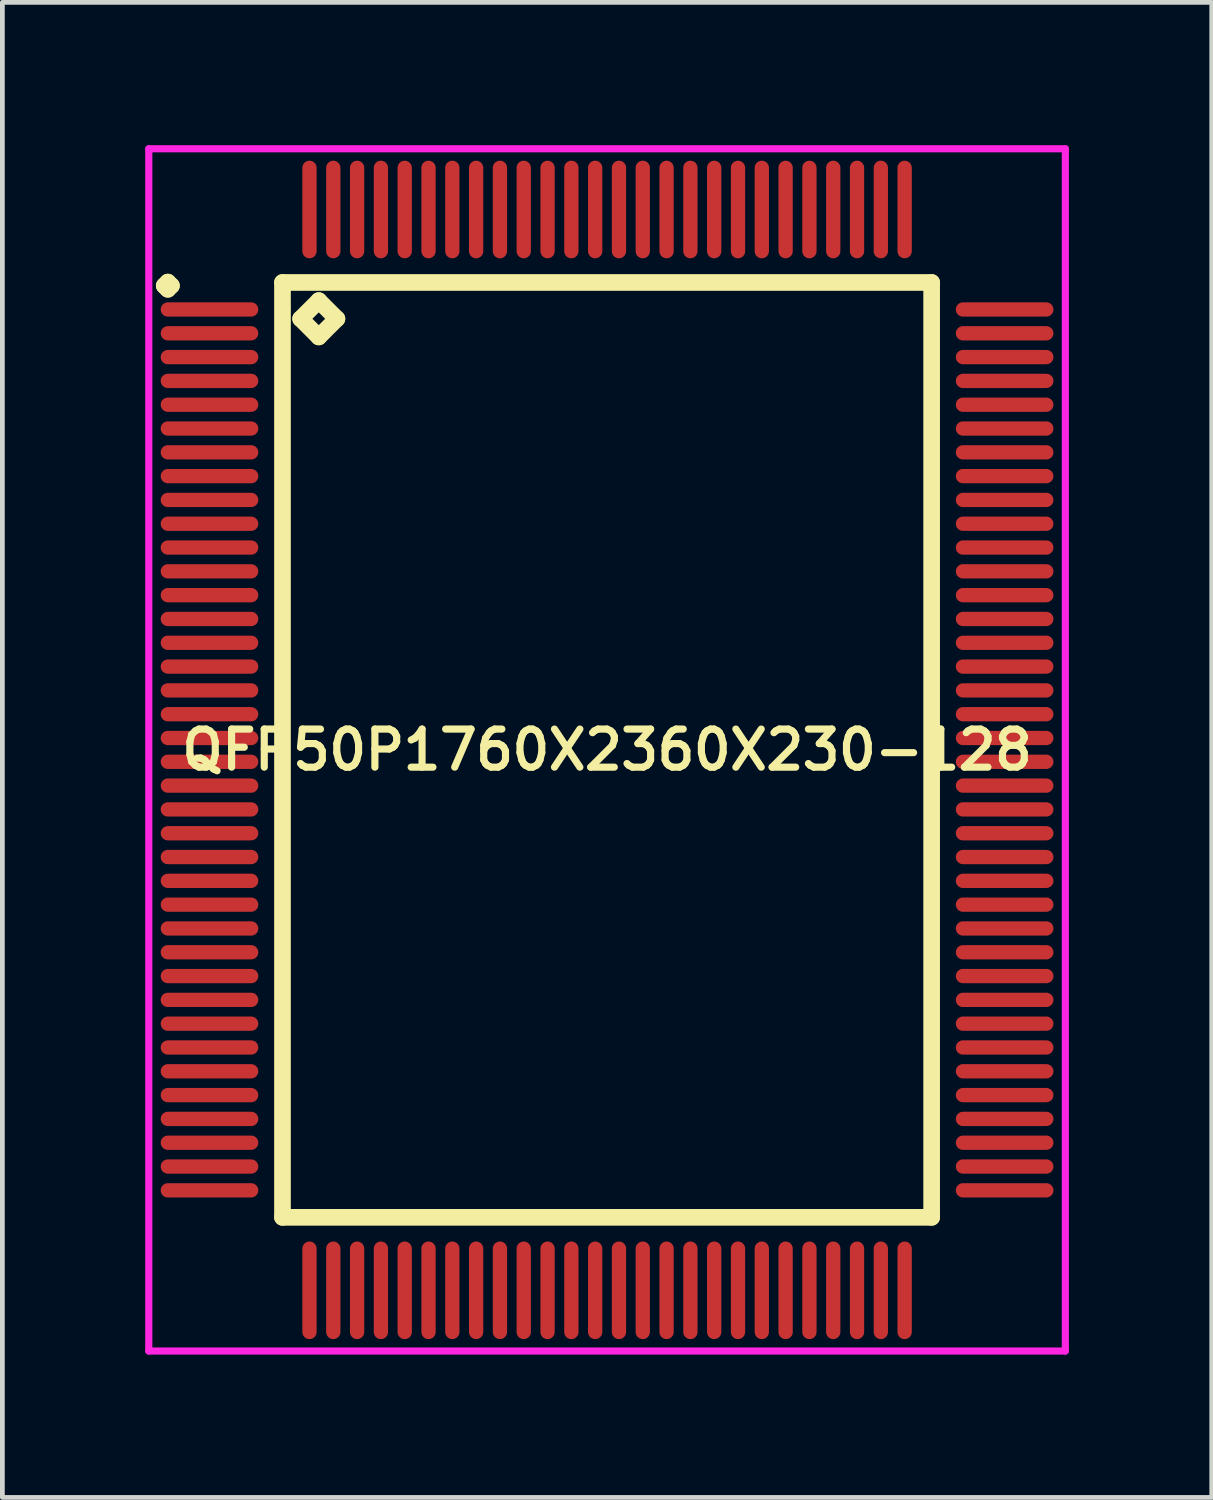
<source format=kicad_pcb>
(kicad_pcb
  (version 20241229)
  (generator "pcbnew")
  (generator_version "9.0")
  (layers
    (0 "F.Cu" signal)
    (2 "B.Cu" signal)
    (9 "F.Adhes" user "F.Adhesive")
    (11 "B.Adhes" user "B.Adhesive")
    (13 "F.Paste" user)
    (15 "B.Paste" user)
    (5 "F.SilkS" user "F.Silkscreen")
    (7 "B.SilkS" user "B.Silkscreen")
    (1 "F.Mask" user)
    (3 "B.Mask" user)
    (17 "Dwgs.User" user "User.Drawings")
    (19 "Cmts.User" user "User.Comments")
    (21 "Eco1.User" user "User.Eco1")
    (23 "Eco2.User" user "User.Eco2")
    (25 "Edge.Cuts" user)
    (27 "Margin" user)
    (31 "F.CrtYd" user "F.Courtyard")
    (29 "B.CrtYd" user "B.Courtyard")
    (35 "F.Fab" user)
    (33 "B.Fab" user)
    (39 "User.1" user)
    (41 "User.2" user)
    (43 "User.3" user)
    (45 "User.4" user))
  (footprint "QFP50P1760X2360X230-128"
    (layer "F.Cu")
    (at 9.7 12.7)
    (property "Reference" "QFP50P1760X2360X230-128" (at 0 0 0) (layer "F.SilkS") (effects (font (size 0.8 0.8) (thickness 0.15))))
    (attr smd)
    (fp_line (start -9.3 -9.75) (end -9.225 -9.825) (stroke (width 0.35) (type solid)) (layer "F.SilkS"))
    (fp_line (start -9.225 -9.825) (end -9.15 -9.75) (stroke (width 0.35) (type solid)) (layer "F.SilkS"))
    (fp_line (start -9.225 -9.675) (end -9.3 -9.75) (stroke (width 0.35) (type solid)) (layer "F.SilkS"))
    (fp_line (start -9.15 -9.75) (end -9.225 -9.675) (stroke (width 0.35) (type solid)) (layer "F.SilkS"))
    (fp_line (start -6.817 -9.817) (end -6.817 9.817) (stroke (width 0.35) (type solid)) (layer "F.SilkS"))
    (fp_line (start -6.817 9.817) (end 6.817 9.817) (stroke (width 0.35) (type solid)) (layer "F.SilkS"))
    (fp_line (start -6.436 -9.055) (end -6.055 -9.436) (stroke (width 0.35) (type solid)) (layer "F.SilkS"))
    (fp_line (start -6.055 -9.436) (end -5.674 -9.055) (stroke (width 0.35) (type solid)) (layer "F.SilkS"))
    (fp_line (start -6.055 -8.674) (end -6.436 -9.055) (stroke (width 0.35) (type solid)) (layer "F.SilkS"))
    (fp_line (start -5.674 -9.055) (end -6.055 -8.674) (stroke (width 0.35) (type solid)) (layer "F.SilkS"))
    (fp_line (start 6.817 -9.817) (end -6.817 -9.817) (stroke (width 0.35) (type solid)) (layer "F.SilkS"))
    (fp_line (start 6.817 9.817) (end 6.817 -9.817) (stroke (width 0.35) (type solid)) (layer "F.SilkS"))
    (fp_line (start -9.625 -12.625) (end 9.625 -12.625) (stroke (width 0.15) (type solid)) (layer "F.CrtYd"))
    (fp_line (start -9.625 12.625) (end -9.625 -12.625) (stroke (width 0.15) (type solid)) (layer "F.CrtYd"))
    (fp_line (start 9.625 -12.625) (end 9.625 12.625) (stroke (width 0.15) (type solid)) (layer "F.CrtYd"))
    (fp_line (start 9.625 12.625) (end -9.625 12.625) (stroke (width 0.15) (type solid)) (layer "F.CrtYd"))
    (pad "1" smd oval (at -8.35 -9.25) (size 2.05 0.3) (layers "F.Cu" "F.Mask" "F.Paste"))
    (pad "2" smd oval (at -8.35 -8.75) (size 2.05 0.3) (layers "F.Cu" "F.Mask" "F.Paste"))
    (pad "3" smd oval (at -8.35 -8.25) (size 2.05 0.3) (layers "F.Cu" "F.Mask" "F.Paste"))
    (pad "4" smd oval (at -8.35 -7.75) (size 2.05 0.3) (layers "F.Cu" "F.Mask" "F.Paste"))
    (pad "5" smd oval (at -8.35 -7.25) (size 2.05 0.3) (layers "F.Cu" "F.Mask" "F.Paste"))
    (pad "6" smd oval (at -8.35 -6.75) (size 2.05 0.3) (layers "F.Cu" "F.Mask" "F.Paste"))
    (pad "7" smd oval (at -8.35 -6.25) (size 2.05 0.3) (layers "F.Cu" "F.Mask" "F.Paste"))
    (pad "8" smd oval (at -8.35 -5.75) (size 2.05 0.3) (layers "F.Cu" "F.Mask" "F.Paste"))
    (pad "9" smd oval (at -8.35 -5.25) (size 2.05 0.3) (layers "F.Cu" "F.Mask" "F.Paste"))
    (pad "10" smd oval (at -8.35 -4.75) (size 2.05 0.3) (layers "F.Cu" "F.Mask" "F.Paste"))
    (pad "11" smd oval (at -8.35 -4.25) (size 2.05 0.3) (layers "F.Cu" "F.Mask" "F.Paste"))
    (pad "12" smd oval (at -8.35 -3.75) (size 2.05 0.3) (layers "F.Cu" "F.Mask" "F.Paste"))
    (pad "13" smd oval (at -8.35 -3.25) (size 2.05 0.3) (layers "F.Cu" "F.Mask" "F.Paste"))
    (pad "14" smd oval (at -8.35 -2.75) (size 2.05 0.3) (layers "F.Cu" "F.Mask" "F.Paste"))
    (pad "15" smd oval (at -8.35 -2.25) (size 2.05 0.3) (layers "F.Cu" "F.Mask" "F.Paste"))
    (pad "16" smd oval (at -8.35 -1.75) (size 2.05 0.3) (layers "F.Cu" "F.Mask" "F.Paste"))
    (pad "17" smd oval (at -8.35 -1.25) (size 2.05 0.3) (layers "F.Cu" "F.Mask" "F.Paste"))
    (pad "18" smd oval (at -8.35 -0.75) (size 2.05 0.3) (layers "F.Cu" "F.Mask" "F.Paste"))
    (pad "19" smd oval (at -8.35 -0.25) (size 2.05 0.3) (layers "F.Cu" "F.Mask" "F.Paste"))
    (pad "20" smd oval (at -8.35 0.25) (size 2.05 0.3) (layers "F.Cu" "F.Mask" "F.Paste"))
    (pad "21" smd oval (at -8.35 0.75) (size 2.05 0.3) (layers "F.Cu" "F.Mask" "F.Paste"))
    (pad "22" smd oval (at -8.35 1.25) (size 2.05 0.3) (layers "F.Cu" "F.Mask" "F.Paste"))
    (pad "23" smd oval (at -8.35 1.75) (size 2.05 0.3) (layers "F.Cu" "F.Mask" "F.Paste"))
    (pad "24" smd oval (at -8.35 2.25) (size 2.05 0.3) (layers "F.Cu" "F.Mask" "F.Paste"))
    (pad "25" smd oval (at -8.35 2.75) (size 2.05 0.3) (layers "F.Cu" "F.Mask" "F.Paste"))
    (pad "26" smd oval (at -8.35 3.25) (size 2.05 0.3) (layers "F.Cu" "F.Mask" "F.Paste"))
    (pad "27" smd oval (at -8.35 3.75) (size 2.05 0.3) (layers "F.Cu" "F.Mask" "F.Paste"))
    (pad "28" smd oval (at -8.35 4.25) (size 2.05 0.3) (layers "F.Cu" "F.Mask" "F.Paste"))
    (pad "29" smd oval (at -8.35 4.75) (size 2.05 0.3) (layers "F.Cu" "F.Mask" "F.Paste"))
    (pad "30" smd oval (at -8.35 5.25) (size 2.05 0.3) (layers "F.Cu" "F.Mask" "F.Paste"))
    (pad "31" smd oval (at -8.35 5.75) (size 2.05 0.3) (layers "F.Cu" "F.Mask" "F.Paste"))
    (pad "32" smd oval (at -8.35 6.25) (size 2.05 0.3) (layers "F.Cu" "F.Mask" "F.Paste"))
    (pad "33" smd oval (at -8.35 6.75) (size 2.05 0.3) (layers "F.Cu" "F.Mask" "F.Paste"))
    (pad "34" smd oval (at -8.35 7.25) (size 2.05 0.3) (layers "F.Cu" "F.Mask" "F.Paste"))
    (pad "35" smd oval (at -8.35 7.75) (size 2.05 0.3) (layers "F.Cu" "F.Mask" "F.Paste"))
    (pad "36" smd oval (at -8.35 8.25) (size 2.05 0.3) (layers "F.Cu" "F.Mask" "F.Paste"))
    (pad "37" smd oval (at -8.35 8.75) (size 2.05 0.3) (layers "F.Cu" "F.Mask" "F.Paste"))
    (pad "38" smd oval (at -8.35 9.25) (size 2.05 0.3) (layers "F.Cu" "F.Mask" "F.Paste"))
    (pad "39" smd oval (at -6.25 11.35) (size 0.3 2.05) (layers "F.Cu" "F.Mask" "F.Paste"))
    (pad "40" smd oval (at -5.75 11.35) (size 0.3 2.05) (layers "F.Cu" "F.Mask" "F.Paste"))
    (pad "41" smd oval (at -5.25 11.35) (size 0.3 2.05) (layers "F.Cu" "F.Mask" "F.Paste"))
    (pad "42" smd oval (at -4.75 11.35) (size 0.3 2.05) (layers "F.Cu" "F.Mask" "F.Paste"))
    (pad "43" smd oval (at -4.25 11.35) (size 0.3 2.05) (layers "F.Cu" "F.Mask" "F.Paste"))
    (pad "44" smd oval (at -3.75 11.35) (size 0.3 2.05) (layers "F.Cu" "F.Mask" "F.Paste"))
    (pad "45" smd oval (at -3.25 11.35) (size 0.3 2.05) (layers "F.Cu" "F.Mask" "F.Paste"))
    (pad "46" smd oval (at -2.75 11.35) (size 0.3 2.05) (layers "F.Cu" "F.Mask" "F.Paste"))
    (pad "47" smd oval (at -2.25 11.35) (size 0.3 2.05) (layers "F.Cu" "F.Mask" "F.Paste"))
    (pad "48" smd oval (at -1.75 11.35) (size 0.3 2.05) (layers "F.Cu" "F.Mask" "F.Paste"))
    (pad "49" smd oval (at -1.25 11.35) (size 0.3 2.05) (layers "F.Cu" "F.Mask" "F.Paste"))
    (pad "50" smd oval (at -0.75 11.35) (size 0.3 2.05) (layers "F.Cu" "F.Mask" "F.Paste"))
    (pad "51" smd oval (at -0.25 11.35) (size 0.3 2.05) (layers "F.Cu" "F.Mask" "F.Paste"))
    (pad "52" smd oval (at 0.25 11.35) (size 0.3 2.05) (layers "F.Cu" "F.Mask" "F.Paste"))
    (pad "53" smd oval (at 0.75 11.35) (size 0.3 2.05) (layers "F.Cu" "F.Mask" "F.Paste"))
    (pad "54" smd oval (at 1.25 11.35) (size 0.3 2.05) (layers "F.Cu" "F.Mask" "F.Paste"))
    (pad "55" smd oval (at 1.75 11.35) (size 0.3 2.05) (layers "F.Cu" "F.Mask" "F.Paste"))
    (pad "56" smd oval (at 2.25 11.35) (size 0.3 2.05) (layers "F.Cu" "F.Mask" "F.Paste"))
    (pad "57" smd oval (at 2.75 11.35) (size 0.3 2.05) (layers "F.Cu" "F.Mask" "F.Paste"))
    (pad "58" smd oval (at 3.25 11.35) (size 0.3 2.05) (layers "F.Cu" "F.Mask" "F.Paste"))
    (pad "59" smd oval (at 3.75 11.35) (size 0.3 2.05) (layers "F.Cu" "F.Mask" "F.Paste"))
    (pad "60" smd oval (at 4.25 11.35) (size 0.3 2.05) (layers "F.Cu" "F.Mask" "F.Paste"))
    (pad "61" smd oval (at 4.75 11.35) (size 0.3 2.05) (layers "F.Cu" "F.Mask" "F.Paste"))
    (pad "62" smd oval (at 5.25 11.35) (size 0.3 2.05) (layers "F.Cu" "F.Mask" "F.Paste"))
    (pad "63" smd oval (at 5.75 11.35) (size 0.3 2.05) (layers "F.Cu" "F.Mask" "F.Paste"))
    (pad "64" smd oval (at 6.25 11.35) (size 0.3 2.05) (layers "F.Cu" "F.Mask" "F.Paste"))
    (pad "65" smd oval (at 8.35 9.25) (size 2.05 0.3) (layers "F.Cu" "F.Mask" "F.Paste"))
    (pad "66" smd oval (at 8.35 8.75) (size 2.05 0.3) (layers "F.Cu" "F.Mask" "F.Paste"))
    (pad "67" smd oval (at 8.35 8.25) (size 2.05 0.3) (layers "F.Cu" "F.Mask" "F.Paste"))
    (pad "68" smd oval (at 8.35 7.75) (size 2.05 0.3) (layers "F.Cu" "F.Mask" "F.Paste"))
    (pad "69" smd oval (at 8.35 7.25) (size 2.05 0.3) (layers "F.Cu" "F.Mask" "F.Paste"))
    (pad "70" smd oval (at 8.35 6.75) (size 2.05 0.3) (layers "F.Cu" "F.Mask" "F.Paste"))
    (pad "71" smd oval (at 8.35 6.25) (size 2.05 0.3) (layers "F.Cu" "F.Mask" "F.Paste"))
    (pad "72" smd oval (at 8.35 5.75) (size 2.05 0.3) (layers "F.Cu" "F.Mask" "F.Paste"))
    (pad "73" smd oval (at 8.35 5.25) (size 2.05 0.3) (layers "F.Cu" "F.Mask" "F.Paste"))
    (pad "74" smd oval (at 8.35 4.75) (size 2.05 0.3) (layers "F.Cu" "F.Mask" "F.Paste"))
    (pad "75" smd oval (at 8.35 4.25) (size 2.05 0.3) (layers "F.Cu" "F.Mask" "F.Paste"))
    (pad "76" smd oval (at 8.35 3.75) (size 2.05 0.3) (layers "F.Cu" "F.Mask" "F.Paste"))
    (pad "77" smd oval (at 8.35 3.25) (size 2.05 0.3) (layers "F.Cu" "F.Mask" "F.Paste"))
    (pad "78" smd oval (at 8.35 2.75) (size 2.05 0.3) (layers "F.Cu" "F.Mask" "F.Paste"))
    (pad "79" smd oval (at 8.35 2.25) (size 2.05 0.3) (layers "F.Cu" "F.Mask" "F.Paste"))
    (pad "80" smd oval (at 8.35 1.75) (size 2.05 0.3) (layers "F.Cu" "F.Mask" "F.Paste"))
    (pad "81" smd oval (at 8.35 1.25) (size 2.05 0.3) (layers "F.Cu" "F.Mask" "F.Paste"))
    (pad "82" smd oval (at 8.35 0.75) (size 2.05 0.3) (layers "F.Cu" "F.Mask" "F.Paste"))
    (pad "83" smd oval (at 8.35 0.25) (size 2.05 0.3) (layers "F.Cu" "F.Mask" "F.Paste"))
    (pad "84" smd oval (at 8.35 -0.25) (size 2.05 0.3) (layers "F.Cu" "F.Mask" "F.Paste"))
    (pad "85" smd oval (at 8.35 -0.75) (size 2.05 0.3) (layers "F.Cu" "F.Mask" "F.Paste"))
    (pad "86" smd oval (at 8.35 -1.25) (size 2.05 0.3) (layers "F.Cu" "F.Mask" "F.Paste"))
    (pad "87" smd oval (at 8.35 -1.75) (size 2.05 0.3) (layers "F.Cu" "F.Mask" "F.Paste"))
    (pad "88" smd oval (at 8.35 -2.25) (size 2.05 0.3) (layers "F.Cu" "F.Mask" "F.Paste"))
    (pad "89" smd oval (at 8.35 -2.75) (size 2.05 0.3) (layers "F.Cu" "F.Mask" "F.Paste"))
    (pad "90" smd oval (at 8.35 -3.25) (size 2.05 0.3) (layers "F.Cu" "F.Mask" "F.Paste"))
    (pad "91" smd oval (at 8.35 -3.75) (size 2.05 0.3) (layers "F.Cu" "F.Mask" "F.Paste"))
    (pad "92" smd oval (at 8.35 -4.25) (size 2.05 0.3) (layers "F.Cu" "F.Mask" "F.Paste"))
    (pad "93" smd oval (at 8.35 -4.75) (size 2.05 0.3) (layers "F.Cu" "F.Mask" "F.Paste"))
    (pad "94" smd oval (at 8.35 -5.25) (size 2.05 0.3) (layers "F.Cu" "F.Mask" "F.Paste"))
    (pad "95" smd oval (at 8.35 -5.75) (size 2.05 0.3) (layers "F.Cu" "F.Mask" "F.Paste"))
    (pad "96" smd oval (at 8.35 -6.25) (size 2.05 0.3) (layers "F.Cu" "F.Mask" "F.Paste"))
    (pad "97" smd oval (at 8.35 -6.75) (size 2.05 0.3) (layers "F.Cu" "F.Mask" "F.Paste"))
    (pad "98" smd oval (at 8.35 -7.25) (size 2.05 0.3) (layers "F.Cu" "F.Mask" "F.Paste"))
    (pad "99" smd oval (at 8.35 -7.75) (size 2.05 0.3) (layers "F.Cu" "F.Mask" "F.Paste"))
    (pad "100" smd oval (at 8.35 -8.25) (size 2.05 0.3) (layers "F.Cu" "F.Mask" "F.Paste"))
    (pad "101" smd oval (at 8.35 -8.75) (size 2.05 0.3) (layers "F.Cu" "F.Mask" "F.Paste"))
    (pad "102" smd oval (at 8.35 -9.25) (size 2.05 0.3) (layers "F.Cu" "F.Mask" "F.Paste"))
    (pad "103" smd oval (at 6.25 -11.35) (size 0.3 2.05) (layers "F.Cu" "F.Mask" "F.Paste"))
    (pad "104" smd oval (at 5.75 -11.35) (size 0.3 2.05) (layers "F.Cu" "F.Mask" "F.Paste"))
    (pad "105" smd oval (at 5.25 -11.35) (size 0.3 2.05) (layers "F.Cu" "F.Mask" "F.Paste"))
    (pad "106" smd oval (at 4.75 -11.35) (size 0.3 2.05) (layers "F.Cu" "F.Mask" "F.Paste"))
    (pad "107" smd oval (at 4.25 -11.35) (size 0.3 2.05) (layers "F.Cu" "F.Mask" "F.Paste"))
    (pad "108" smd oval (at 3.75 -11.35) (size 0.3 2.05) (layers "F.Cu" "F.Mask" "F.Paste"))
    (pad "109" smd oval (at 3.25 -11.35) (size 0.3 2.05) (layers "F.Cu" "F.Mask" "F.Paste"))
    (pad "110" smd oval (at 2.75 -11.35) (size 0.3 2.05) (layers "F.Cu" "F.Mask" "F.Paste"))
    (pad "111" smd oval (at 2.25 -11.35) (size 0.3 2.05) (layers "F.Cu" "F.Mask" "F.Paste"))
    (pad "112" smd oval (at 1.75 -11.35) (size 0.3 2.05) (layers "F.Cu" "F.Mask" "F.Paste"))
    (pad "113" smd oval (at 1.25 -11.35) (size 0.3 2.05) (layers "F.Cu" "F.Mask" "F.Paste"))
    (pad "114" smd oval (at 0.75 -11.35) (size 0.3 2.05) (layers "F.Cu" "F.Mask" "F.Paste"))
    (pad "115" smd oval (at 0.25 -11.35) (size 0.3 2.05) (layers "F.Cu" "F.Mask" "F.Paste"))
    (pad "116" smd oval (at -0.25 -11.35) (size 0.3 2.05) (layers "F.Cu" "F.Mask" "F.Paste"))
    (pad "117" smd oval (at -0.75 -11.35) (size 0.3 2.05) (layers "F.Cu" "F.Mask" "F.Paste"))
    (pad "118" smd oval (at -1.25 -11.35) (size 0.3 2.05) (layers "F.Cu" "F.Mask" "F.Paste"))
    (pad "119" smd oval (at -1.75 -11.35) (size 0.3 2.05) (layers "F.Cu" "F.Mask" "F.Paste"))
    (pad "120" smd oval (at -2.25 -11.35) (size 0.3 2.05) (layers "F.Cu" "F.Mask" "F.Paste"))
    (pad "121" smd oval (at -2.75 -11.35) (size 0.3 2.05) (layers "F.Cu" "F.Mask" "F.Paste"))
    (pad "122" smd oval (at -3.25 -11.35) (size 0.3 2.05) (layers "F.Cu" "F.Mask" "F.Paste"))
    (pad "123" smd oval (at -3.75 -11.35) (size 0.3 2.05) (layers "F.Cu" "F.Mask" "F.Paste"))
    (pad "124" smd oval (at -4.25 -11.35) (size 0.3 2.05) (layers "F.Cu" "F.Mask" "F.Paste"))
    (pad "125" smd oval (at -4.75 -11.35) (size 0.3 2.05) (layers "F.Cu" "F.Mask" "F.Paste"))
    (pad "126" smd oval (at -5.25 -11.35) (size 0.3 2.05) (layers "F.Cu" "F.Mask" "F.Paste"))
    (pad "127" smd oval (at -5.75 -11.35) (size 0.3 2.05) (layers "F.Cu" "F.Mask" "F.Paste"))
    (pad "128" smd oval (at -6.25 -11.35) (size 0.3 2.05) (layers "F.Cu" "F.Mask" "F.Paste")))
  (gr_rect
    (start -3 -3)
    (end 22.4 28.4)
    (stroke (width 0.1) (type default))
    (fill no)
    (layer "Edge.Cuts")))
</source>
